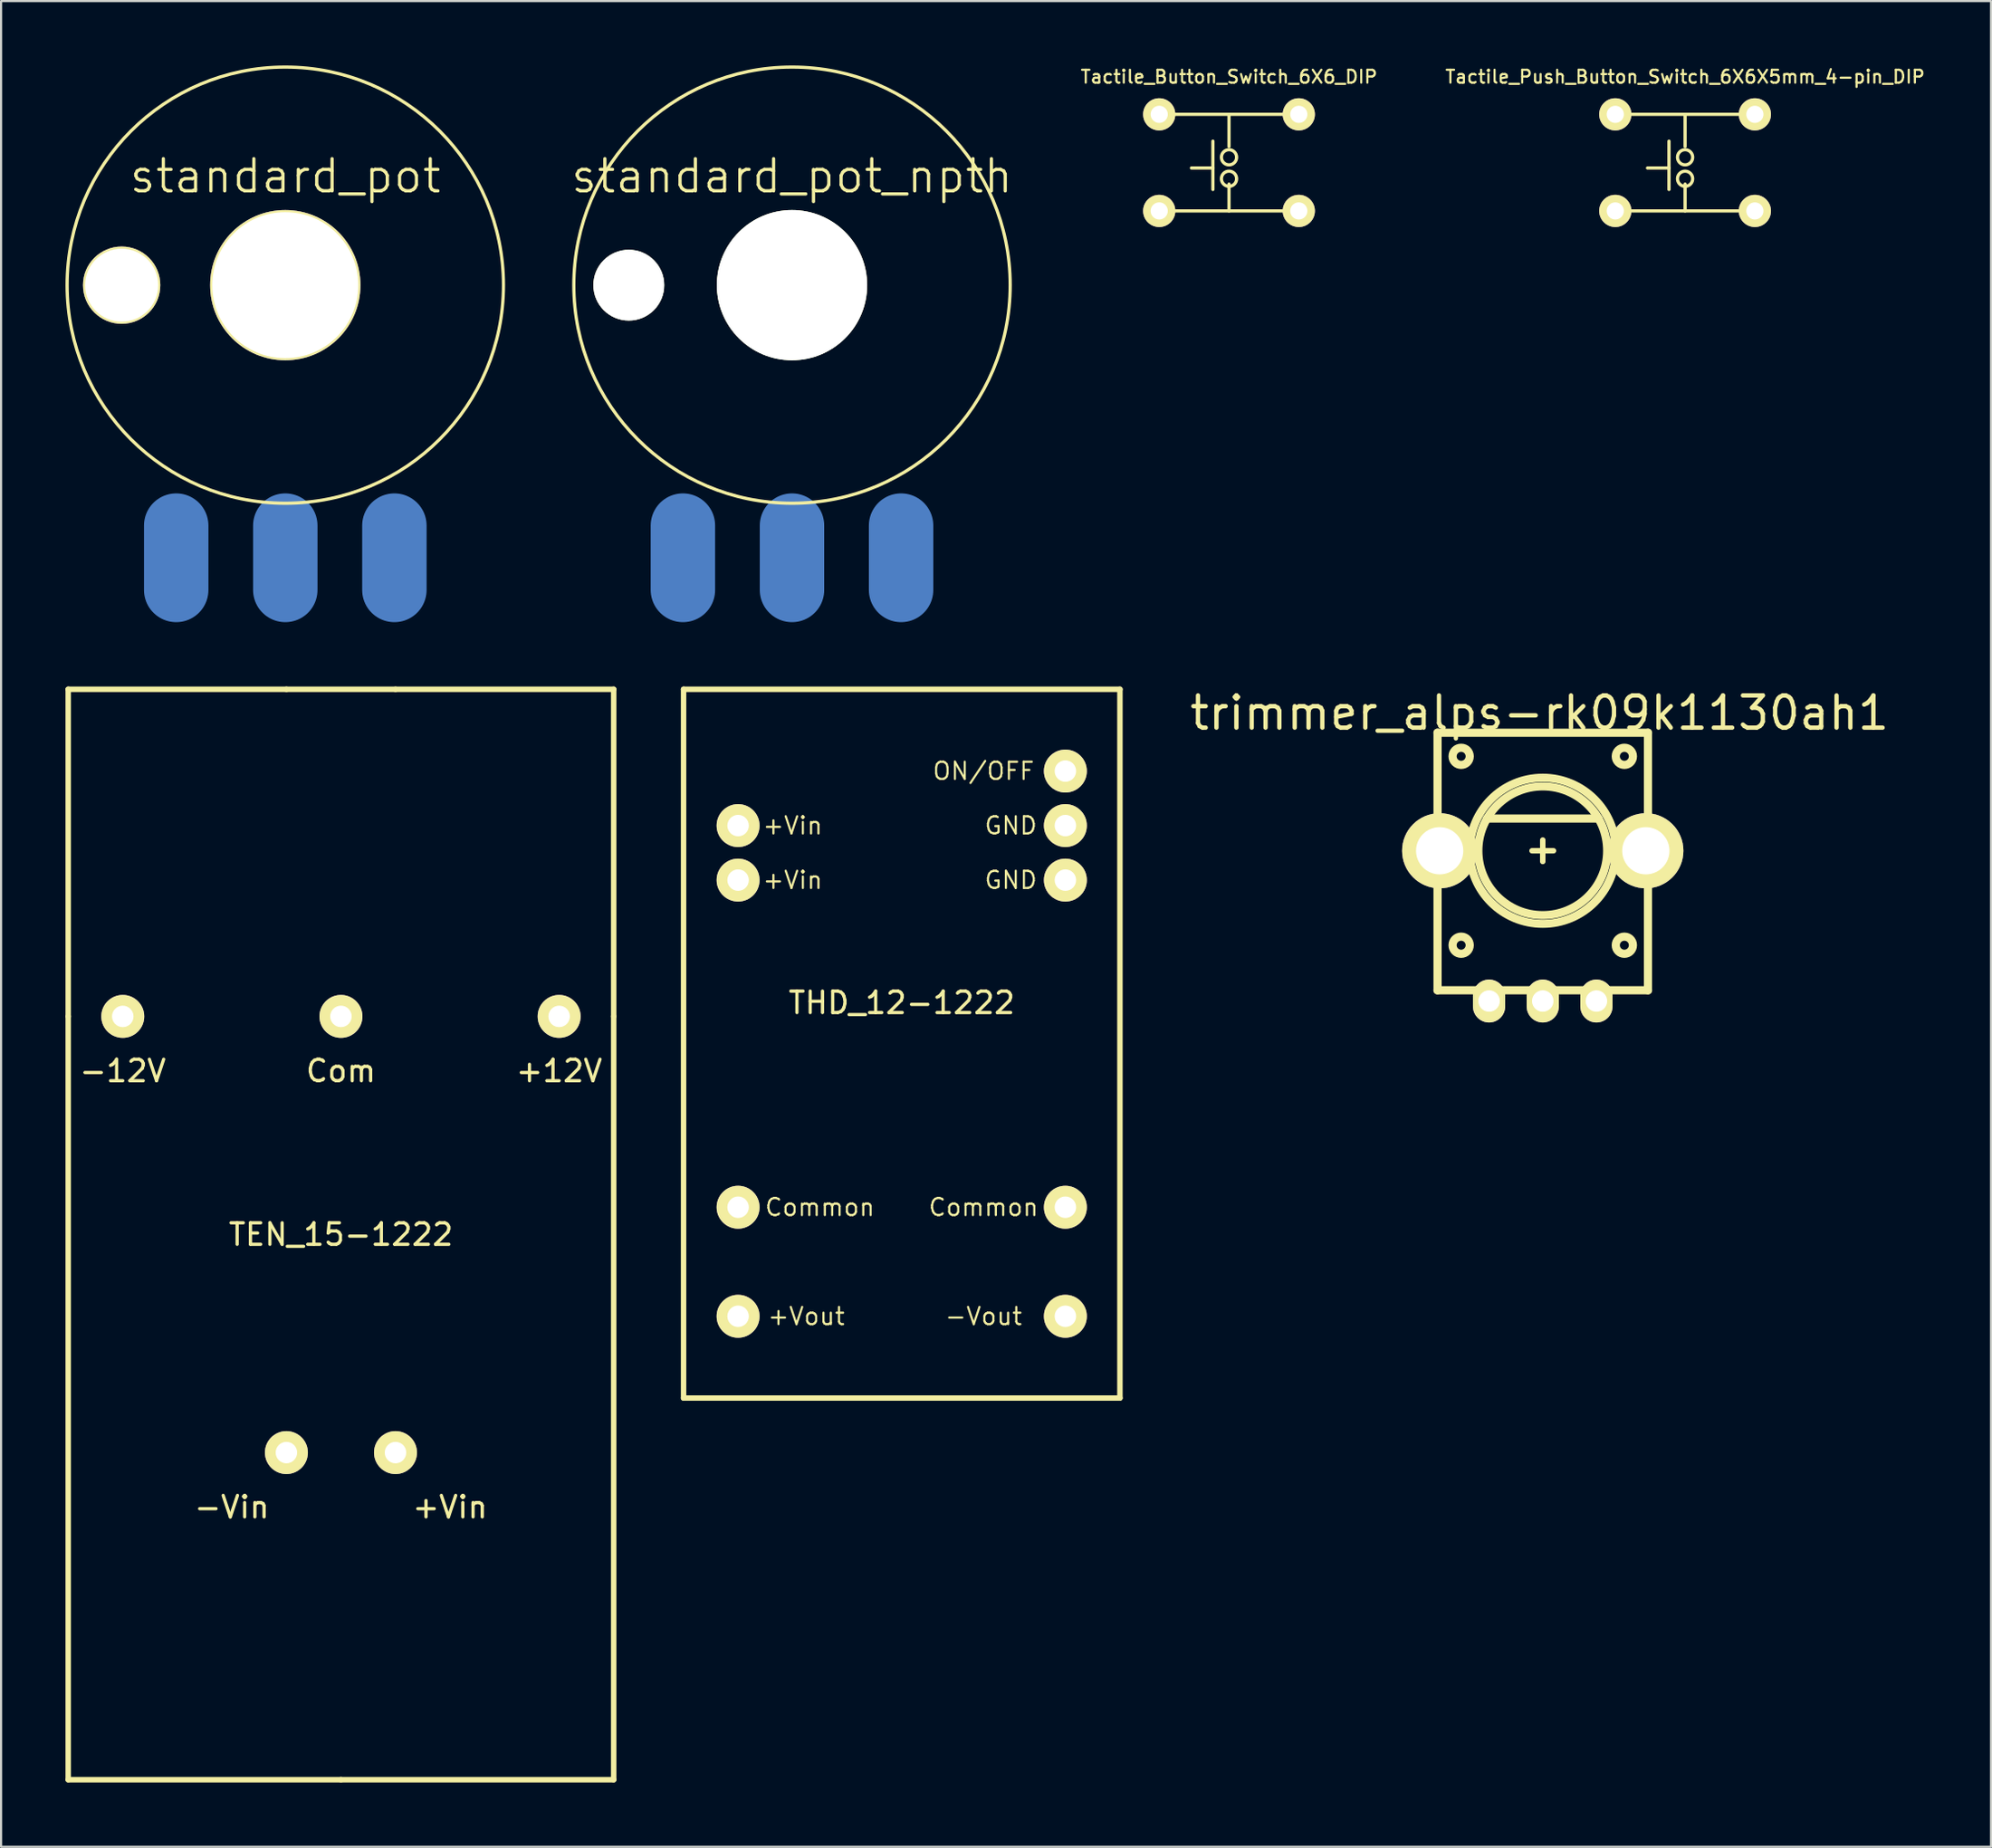
<source format=kicad_pcb>
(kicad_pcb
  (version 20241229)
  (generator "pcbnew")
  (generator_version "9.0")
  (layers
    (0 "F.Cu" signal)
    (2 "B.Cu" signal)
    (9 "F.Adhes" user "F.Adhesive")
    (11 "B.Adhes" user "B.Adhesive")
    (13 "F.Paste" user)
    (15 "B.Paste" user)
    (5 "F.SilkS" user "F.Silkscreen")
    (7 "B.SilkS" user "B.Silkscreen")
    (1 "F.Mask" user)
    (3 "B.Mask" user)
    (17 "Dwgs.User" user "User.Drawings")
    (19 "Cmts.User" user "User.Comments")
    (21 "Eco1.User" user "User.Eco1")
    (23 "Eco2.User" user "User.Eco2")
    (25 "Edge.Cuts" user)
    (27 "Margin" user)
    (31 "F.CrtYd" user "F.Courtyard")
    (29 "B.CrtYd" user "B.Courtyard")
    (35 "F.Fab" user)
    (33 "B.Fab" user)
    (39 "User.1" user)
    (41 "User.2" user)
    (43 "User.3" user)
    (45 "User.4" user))
  (footprint "standard_pot"
    (layer "F.Cu")
    (at 10.235 10.235)
    (property "Reference" "standard_pot" (at 0 -5.08 0) (layer "F.SilkS") (effects (font (size 1.5 1.5) (thickness 0.15))))
    (attr through_hole)
    (fp_circle (center 0 0) (end 10.16 0) (stroke (width 0.15) (type solid)) (fill no) (layer "F.SilkS"))
    (pad "" thru_hole circle (at -7.62 0) (size 3.6 3.6) (drill 3.4) (layers "*.Cu" "*.Mask" "F.SilkS"))
    (pad "" thru_hole circle (at 0 0) (size 7 7) (drill 6.8) (layers "*.Cu" "*.Mask" "F.SilkS"))
    (pad "1" smd oval (at -5.08 12.7) (size 3 6) (layers "F.Mask" "B.Cu" "F.Paste"))
    (pad "2" smd oval (at 0 12.7) (size 3 6) (layers "F.Mask" "B.Cu" "F.Paste"))
    (pad "3" smd oval (at 5.08 12.7) (size 3 6) (layers "F.Mask" "B.Cu" "F.Paste")))
  (footprint "Tactile_Push_Button_Switch_6X6X5mm_4-pin_DIP"
    (layer "F.Cu")
    (at 75.419 4.527)
    (property "Reference" "Tactile_Push_Button_Switch_6X6X5mm_4-pin_DIP" (at 0 -4 0) (layer "F.SilkS") (effects (font (size 0.6 0.6) (thickness 0.1))))
    (attr through_hole)
    (fp_line (start -2.5 -2.25) (end 2.5 -2.25) (stroke (width 0.15) (type solid)) (layer "F.SilkS"))
    (fp_line (start -2.5 2.25) (end 2.5 2.25) (stroke (width 0.15) (type solid)) (layer "F.SilkS"))
    (fp_line (start -0.75 -1) (end -0.75 1.25) (stroke (width 0.15) (type solid)) (layer "F.SilkS"))
    (fp_line (start -0.75 0.25) (end -1.75 0.25) (stroke (width 0.15) (type solid)) (layer "F.SilkS"))
    (fp_line (start 0 -2.25) (end 0 -0.75) (stroke (width 0.15) (type solid)) (layer "F.SilkS"))
    (fp_line (start 0 2.25) (end 0 1) (stroke (width 0.15) (type solid)) (layer "F.SilkS"))
    (fp_circle (center 0 -0.25) (end 0.25 0) (stroke (width 0.15) (type solid)) (fill no) (layer "F.SilkS"))
    (fp_circle (center 0 0.75) (end 0.25 0.5) (stroke (width 0.15) (type solid)) (fill no) (layer "F.SilkS"))
    (pad "1" thru_hole circle (at -3.25 -2.25) (size 1.5 1.5) (drill 0.8) (layers "*.Cu" "*.Mask" "F.SilkS"))
    (pad "2" thru_hole circle (at 3.25 -2.25) (size 1.5 1.5) (drill 0.8) (layers "*.Cu" "*.Mask" "F.SilkS"))
    (pad "3" thru_hole circle (at -3.25 2.25) (size 1.5 1.5) (drill 0.8) (layers "*.Cu" "*.Mask" "F.SilkS"))
    (pad "4" thru_hole circle (at 3.25 2.25) (size 1.5 1.5) (drill 0.8) (layers "*.Cu" "*.Mask" "F.SilkS")))
  (footprint "TEN_15-1222"
    (layer "F.Cu")
    (at 12.827 49.382)
    (property "Reference" "TEN_15-1222" (at 0 5.08 0) (layer "F.SilkS") (effects (font (size 1 1) (thickness 0.15))))
    (attr through_hole)
    (fp_line (start -12.7 -20.32) (end -12.7 -5.08) (stroke (width 0.254) (type solid)) (layer "F.SilkS"))
    (fp_line (start -12.7 -5.08) (end -12.7 30.48) (stroke (width 0.254) (type solid)) (layer "F.SilkS"))
    (fp_line (start -12.7 30.48) (end 0 30.48) (stroke (width 0.254) (type solid)) (layer "F.SilkS"))
    (fp_line (start -2.54 -20.32) (end -12.7 -20.32) (stroke (width 0.254) (type solid)) (layer "F.SilkS"))
    (fp_line (start -2.54 -20.32) (end 2.54 -20.32) (stroke (width 0.254) (type solid)) (layer "F.SilkS"))
    (fp_line (start 0 30.48) (end 12.7 30.48) (stroke (width 0.254) (type solid)) (layer "F.SilkS"))
    (fp_line (start 12.7 -20.32) (end 2.54 -20.32) (stroke (width 0.254) (type solid)) (layer "F.SilkS"))
    (fp_line (start 12.7 -5.08) (end 12.7 -20.32) (stroke (width 0.254) (type solid)) (layer "F.SilkS"))
    (fp_line (start 12.7 30.48) (end 12.7 -5.08) (stroke (width 0.254) (type solid)) (layer "F.SilkS"))
    (fp_text user "-Vin" (at -5.08 17.78 0) (layer "F.SilkS") (effects (font (size 1 1) (thickness 0.15))))
    (fp_text user "+12V" (at 10.16 -2.54 0) (layer "F.SilkS") (effects (font (size 1 1) (thickness 0.15))))
    (fp_text user "+Vin" (at 5.08 17.78 0) (layer "F.SilkS") (effects (font (size 1 1) (thickness 0.15))))
    (fp_text user "-12V" (at -10.16 -2.54 0) (layer "F.SilkS") (effects (font (size 1 1) (thickness 0.15))))
    (fp_text user "Com" (at 0 -2.54 0) (layer "F.SilkS") (effects (font (size 1 1) (thickness 0.15))))
    (pad "1" thru_hole circle (at -2.54 15.24) (size 2 2) (drill 1) (layers "*.Cu" "*.Mask" "F.SilkS"))
    (pad "2" thru_hole circle (at 2.54 15.24) (size 2 2) (drill 1) (layers "*.Cu" "*.Mask" "F.SilkS"))
    (pad "3" thru_hole circle (at 10.16 -5.08) (size 2 2) (drill 1) (layers "*.Cu" "*.Mask" "F.SilkS"))
    (pad "4" thru_hole circle (at 0 -5.08) (size 2 2) (drill 1) (layers "*.Cu" "*.Mask" "F.SilkS"))
    (pad "5" thru_hole circle (at -10.16 -5.08) (size 2 2) (drill 1) (layers "*.Cu" "*.Mask" "F.SilkS")))
  (footprint "trimmer_alps-rk09k1130ah1"
    (layer "F.Cu")
    (at 68.791 36.585)
    (property "Reference" "trimmer_alps-rk09k1130ah1" (at -0.15 -6.42 0) (layer "F.SilkS") (effects (font (size 1.501 1.501) (thickness 0.201))))
    (attr through_hole)
    (fp_line (start -4.9 -5.5) (end 4.9 -5.5) (stroke (width 0.381) (type solid)) (layer "F.SilkS"))
    (fp_line (start -4.9 6.5) (end -4.9 -5.5) (stroke (width 0.381) (type solid)) (layer "F.SilkS"))
    (fp_line (start -4.9 6.5) (end 4.9 6.5) (stroke (width 0.381) (type solid)) (layer "F.SilkS"))
    (fp_line (start -2.601 -1.501) (end 2.601 -1.501) (stroke (width 0.381) (type solid)) (layer "F.SilkS"))
    (fp_line (start -0.5 0) (end 0.5 0) (stroke (width 0.254) (type solid)) (layer "F.SilkS"))
    (fp_line (start 0 -0.5) (end 0 0.5) (stroke (width 0.254) (type solid)) (layer "F.SilkS"))
    (fp_line (start 4.9 -5.5) (end 4.9 6.5) (stroke (width 0.381) (type solid)) (layer "F.SilkS"))
    (fp_circle (center -3.8 -4.4) (end -4.2 -4.4) (stroke (width 0.381) (type solid)) (fill no) (layer "F.SilkS"))
    (fp_circle (center -3.8 4.4) (end -4.2 4.4) (stroke (width 0.381) (type solid)) (fill no) (layer "F.SilkS"))
    (fp_circle (center 0 0) (end -3.401 0) (stroke (width 0.381) (type solid)) (fill no) (layer "F.SilkS"))
    (fp_circle (center 0 0) (end -3 0) (stroke (width 0.381) (type solid)) (fill no) (layer "F.SilkS"))
    (fp_circle (center 3.8 -4.4) (end 3.4 -4.4) (stroke (width 0.381) (type solid)) (fill no) (layer "F.SilkS"))
    (fp_circle (center 3.8 4.4) (end 4.2 4.4) (stroke (width 0.381) (type solid)) (fill no) (layer "F.SilkS"))
    (pad "" thru_hole circle (at -4.8 0) (size 3.5 3.5) (drill 2.2) (layers "*.Cu" "*.Mask" "F.SilkS"))
    (pad "" thru_hole circle (at 4.8 0) (size 3.5 3.5) (drill 2.2) (layers "*.Cu" "*.Mask" "F.SilkS"))
    (pad "1" thru_hole oval (at -2.5 7) (size 1.5 2) (drill 1) (layers "*.Cu" "*.Mask" "F.SilkS"))
    (pad "2" thru_hole oval (at 0 7) (size 1.5 2) (drill 1) (layers "*.Cu" "*.Mask" "F.SilkS"))
    (pad "3" thru_hole oval (at 2.5 7) (size 1.5 2) (drill 1) (layers "*.Cu" "*.Mask" "F.SilkS")))
  (footprint "Tactile_Button_Switch_6X6_DIP"
    (layer "F.Cu")
    (at 54.181 4.527)
    (property "Reference" "Tactile_Button_Switch_6X6_DIP" (at 0 -4 0) (layer "F.SilkS") (effects (font (size 0.6 0.6) (thickness 0.1))))
    (attr through_hole)
    (fp_line (start -2.5 -2.25) (end 2.5 -2.25) (stroke (width 0.15) (type solid)) (layer "F.SilkS"))
    (fp_line (start -2.5 2.25) (end 2.5 2.25) (stroke (width 0.15) (type solid)) (layer "F.SilkS"))
    (fp_line (start -0.75 -1) (end -0.75 1.25) (stroke (width 0.15) (type solid)) (layer "F.SilkS"))
    (fp_line (start -0.75 0.25) (end -1.75 0.25) (stroke (width 0.15) (type solid)) (layer "F.SilkS"))
    (fp_line (start 0 -2.25) (end 0 -0.75) (stroke (width 0.15) (type solid)) (layer "F.SilkS"))
    (fp_line (start 0 2.25) (end 0 1) (stroke (width 0.15) (type solid)) (layer "F.SilkS"))
    (fp_circle (center 0 -0.25) (end 0.25 0) (stroke (width 0.15) (type solid)) (fill no) (layer "F.SilkS"))
    (fp_circle (center 0 0.75) (end 0.25 0.5) (stroke (width 0.15) (type solid)) (fill no) (layer "F.SilkS"))
    (pad "1" thru_hole circle (at -3.25 -2.25) (size 1.5 1.5) (drill 0.8) (layers "*.Cu" "*.Mask" "F.SilkS"))
    (pad "2" thru_hole circle (at 3.25 -2.25) (size 1.5 1.5) (drill 0.8) (layers "*.Cu" "*.Mask" "F.SilkS"))
    (pad "3" thru_hole circle (at -3.25 2.25) (size 1.5 1.5) (drill 0.8) (layers "*.Cu" "*.Mask" "F.SilkS"))
    (pad "4" thru_hole circle (at 3.25 2.25) (size 1.5 1.5) (drill 0.8) (layers "*.Cu" "*.Mask" "F.SilkS")))
  (footprint "standard_pot_npth"
    (layer "F.Cu")
    (at 33.831 10.235)
    (property "Reference" "standard_pot_npth" (at 0 -5.08 0) (layer "F.SilkS") (effects (font (size 1.5 1.5) (thickness 0.15))))
    (attr through_hole)
    (fp_circle (center 0 0) (end 10.16 0) (stroke (width 0.15) (type solid)) (fill no) (layer "F.SilkS"))
    (pad "" np_thru_hole circle (at -7.6 0) (size 3.3 3.3) (drill 3.3) (layers "*.Cu" "*.Mask" "F.SilkS"))
    (pad "" np_thru_hole circle (at 0 0) (size 7 7) (drill 7) (layers "*.Cu" "*.Mask" "F.SilkS"))
    (pad "1" smd oval (at -5.08 12.7) (size 3 6) (layers "B.Cu" "B.Mask" "B.Paste"))
    (pad "2" smd oval (at 0 12.7) (size 3 6) (layers "B.Cu" "B.Mask" "B.Paste"))
    (pad "3" smd oval (at 5.08 12.7) (size 3 6) (layers "B.Cu" "B.Mask" "B.Paste")))
  (footprint "THD_12-1222"
    (layer "F.Cu")
    (at 38.941 45.572)
    (property "Reference" "THD_12-1222" (at 0 -1.905 0) (layer "F.SilkS") (effects (font (size 1 1) (thickness 0.15))))
    (attr through_hole)
    (fp_line (start -10.16 -16.51) (end -10.16 16.51) (stroke (width 0.254) (type solid)) (layer "F.SilkS"))
    (fp_line (start -10.16 16.51) (end 10.16 16.51) (stroke (width 0.254) (type solid)) (layer "F.SilkS"))
    (fp_line (start 10.16 -16.51) (end -10.16 -16.51) (stroke (width 0.254) (type solid)) (layer "F.SilkS"))
    (fp_line (start 10.16 16.51) (end 10.16 -16.51) (stroke (width 0.254) (type solid)) (layer "F.SilkS"))
    (fp_text user "-Vout" (at 3.81 12.7 0) (layer "F.SilkS") (effects (font (size 0.8 0.8) (thickness 0.1))))
    (fp_text user "GND" (at 5.08 -10.16 0) (layer "F.SilkS") (effects (font (size 0.8 0.8) (thickness 0.1))))
    (fp_text user "ON/OFF" (at 3.81 -12.7 0) (layer "F.SilkS") (effects (font (size 0.8 0.8) (thickness 0.1))))
    (fp_text user "+Vin" (at -5.08 -7.62 0) (layer "F.SilkS") (effects (font (size 0.8 0.8) (thickness 0.1))))
    (fp_text user "GND" (at 5.08 -7.62 0) (layer "F.SilkS") (effects (font (size 0.8 0.8) (thickness 0.1))))
    (fp_text user "+Vin" (at -5.08 -10.16 0) (layer "F.SilkS") (effects (font (size 0.8 0.8) (thickness 0.1))))
    (fp_text user "Common" (at 3.81 7.62 0) (layer "F.SilkS") (effects (font (size 0.8 0.8) (thickness 0.1))))
    (fp_text user "+Vout" (at -4.445 12.7 0) (layer "F.SilkS") (effects (font (size 0.8 0.8) (thickness 0.1))))
    (fp_text user "Common" (at -3.81 7.62 0) (layer "F.SilkS") (effects (font (size 0.8 0.8) (thickness 0.1))))
    (pad "1" thru_hole circle (at 7.62 -12.7) (size 2 2) (drill 1) (layers "*.Cu" "*.Mask" "F.SilkS"))
    (pad "2" thru_hole circle (at 7.62 -10.16) (size 2 2) (drill 1) (layers "*.Cu" "*.Mask" "F.SilkS"))
    (pad "3" thru_hole circle (at 7.62 -7.62) (size 2 2) (drill 1) (layers "*.Cu" "*.Mask" "F.SilkS"))
    (pad "9" thru_hole circle (at 7.62 7.62) (size 2 2) (drill 1) (layers "*.Cu" "*.Mask" "F.SilkS"))
    (pad "11" thru_hole circle (at 7.62 12.7) (size 2 2) (drill 1) (layers "*.Cu" "*.Mask" "F.SilkS"))
    (pad "14" thru_hole circle (at -7.62 12.7) (size 2 2) (drill 1) (layers "*.Cu" "*.Mask" "F.SilkS"))
    (pad "16" thru_hole circle (at -7.62 7.62) (size 2 2) (drill 1) (layers "*.Cu" "*.Mask" "F.SilkS"))
    (pad "22" thru_hole circle (at -7.62 -7.62) (size 2 2) (drill 1) (layers "*.Cu" "*.Mask" "F.SilkS"))
    (pad "23" thru_hole circle (at -7.62 -10.16) (size 2 2) (drill 1) (layers "*.Cu" "*.Mask" "F.SilkS")))
  (gr_rect
    (start -3 -3)
    (end 89.666 82.989)
    (stroke (width 0.1) (type default))
    (fill no)
    (layer "Edge.Cuts")))
</source>
